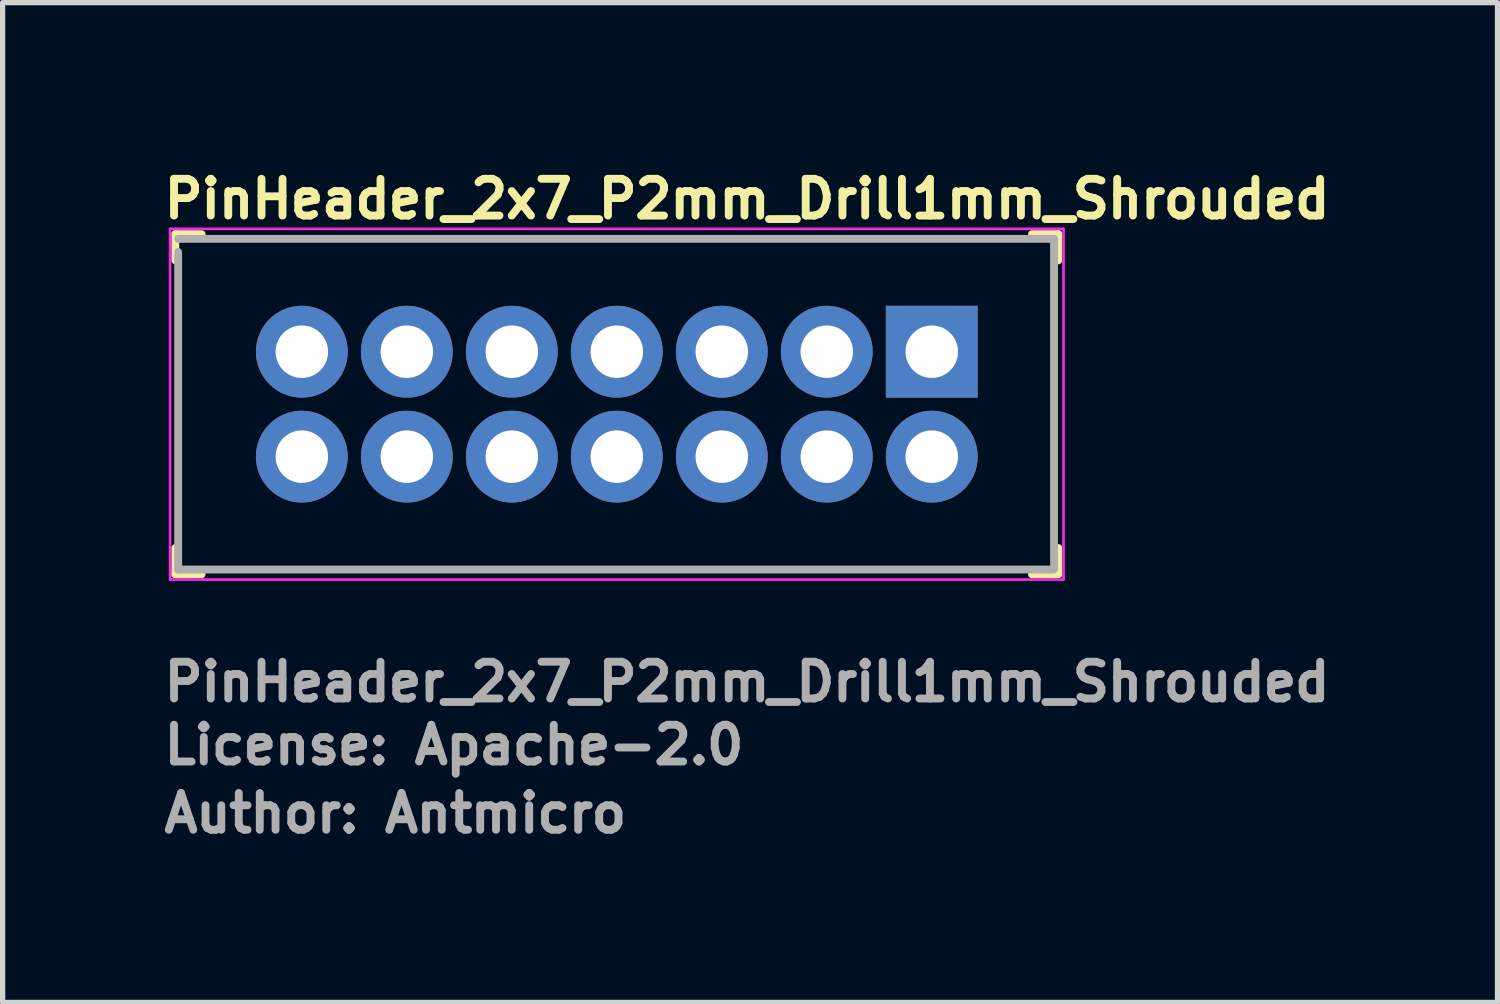
<source format=kicad_pcb>
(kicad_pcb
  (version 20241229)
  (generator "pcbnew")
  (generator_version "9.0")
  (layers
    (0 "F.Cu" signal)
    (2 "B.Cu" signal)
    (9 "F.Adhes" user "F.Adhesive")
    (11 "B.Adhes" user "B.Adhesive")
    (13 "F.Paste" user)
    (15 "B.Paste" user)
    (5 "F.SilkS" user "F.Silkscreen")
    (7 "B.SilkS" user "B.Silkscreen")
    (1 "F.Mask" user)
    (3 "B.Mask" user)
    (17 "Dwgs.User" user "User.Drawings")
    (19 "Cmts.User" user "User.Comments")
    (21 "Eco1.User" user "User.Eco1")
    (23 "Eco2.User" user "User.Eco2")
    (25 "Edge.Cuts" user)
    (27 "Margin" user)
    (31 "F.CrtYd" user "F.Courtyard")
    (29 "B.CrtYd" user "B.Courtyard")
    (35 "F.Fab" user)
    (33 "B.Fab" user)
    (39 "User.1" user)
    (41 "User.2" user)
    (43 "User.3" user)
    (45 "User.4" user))
  (footprint "PinHeader_2x7_P2mm_Drill1mm_Shrouded"
    (layer "F.Cu")
    (at 14.7 3.65)
    (property "Reference" "PinHeader_2x7_P2mm_Drill1mm_Shrouded" (at -14.7 -2.5 0) (layer "F.SilkS") (effects (font (size 0.7 0.7) (thickness 0.15)) (justify left bottom)))
    (attr through_hole)
    (fp_line (start -14.41 -2.24) (end -14.41 -1.74) (stroke (width 0.15) (type solid)) (layer "F.SilkS"))
    (fp_line (start -14.41 -2.24) (end -13.91 -2.24) (stroke (width 0.15) (type solid)) (layer "F.SilkS"))
    (fp_line (start -14.41 4.24) (end -14.41 3.74) (stroke (width 0.15) (type solid)) (layer "F.SilkS"))
    (fp_line (start -14.41 4.24) (end -13.91 4.24) (stroke (width 0.15) (type solid)) (layer "F.SilkS"))
    (fp_line (start 2.41 -2.24) (end 1.91 -2.24) (stroke (width 0.15) (type solid)) (layer "F.SilkS"))
    (fp_line (start 2.41 -2.24) (end 2.41 -1.74) (stroke (width 0.15) (type solid)) (layer "F.SilkS"))
    (fp_line (start 2.41 4.24) (end 1.91 4.24) (stroke (width 0.15) (type solid)) (layer "F.SilkS"))
    (fp_line (start 2.41 4.24) (end 2.41 3.74) (stroke (width 0.15) (type solid)) (layer "F.SilkS"))
    (fp_line (start -14.51 -2.34) (end -14.51 4.34) (stroke (width 0.05) (type solid)) (layer "F.CrtYd"))
    (fp_line (start 2.51 -2.34) (end -14.51 -2.34) (stroke (width 0.05) (type solid)) (layer "F.CrtYd"))
    (fp_line (start 2.51 -2.34) (end 2.51 4.34) (stroke (width 0.05) (type solid)) (layer "F.CrtYd"))
    (fp_line (start 2.51 4.34) (end -14.51 4.34) (stroke (width 0.05) (type solid)) (layer "F.CrtYd"))
    (fp_line (start -14.356 -2.15) (end 2.293 -2.15) (stroke (width 0.15) (type solid)) (layer "F.Fab"))
    (fp_line (start -14.356 -1.898) (end -14.356 4.15) (stroke (width 0.15) (type solid)) (layer "F.Fab"))
    (fp_line (start -14.356 4.15) (end 2.32 4.15) (stroke (width 0.15) (type solid)) (layer "F.Fab"))
    (fp_line (start 2.33 -2.15) (end 2.33 4.13) (stroke (width 0.15) (type solid)) (layer "F.Fab"))
    (fp_rect (start -14.326 -2.15) (end 2.325 4.15) (stroke (width 0.1) (type solid)) (fill no) (layer "User.5"))
    (fp_line (start -14.326 -2.15) (end -8 -2.15) (stroke (width 0.02) (type solid)) (layer "User.9"))
    (fp_line (start -14.326 0.248) (end -14.326 -2.15) (stroke (width 0.02) (type solid)) (layer "User.9"))
    (fp_line (start -14.326 0.248) (end -14.026 0.248) (stroke (width 0.02) (type solid)) (layer "User.9"))
    (fp_line (start -14.326 0.848) (end -14.326 0.248) (stroke (width 0.02) (type solid)) (layer "User.9"))
    (fp_line (start -14.326 0.848) (end -14.326 2.148) (stroke (width 0.02) (type solid)) (layer "User.9"))
    (fp_line (start -14.326 0.848) (end -13.426 0.848) (stroke (width 0.02) (type solid)) (layer "User.9"))
    (fp_line (start -14.326 2.749) (end -14.326 2.148) (stroke (width 0.02) (type solid)) (layer "User.9"))
    (fp_line (start -14.326 4.15) (end -14.326 2.749) (stroke (width 0.02) (type solid)) (layer "User.9"))
    (fp_line (start -14.326 4.15) (end 2.325 4.15) (stroke (width 0.02) (type solid)) (layer "User.9"))
    (fp_line (start -14.026 -1.851) (end -8 -1.851) (stroke (width 0.02) (type solid)) (layer "User.9"))
    (fp_line (start -14.026 0.248) (end -14.026 -1.851) (stroke (width 0.02) (type solid)) (layer "User.9"))
    (fp_line (start -14.026 2.749) (end -14.326 2.749) (stroke (width 0.02) (type solid)) (layer "User.9"))
    (fp_line (start -14.026 3.85) (end -14.026 2.749) (stroke (width 0.02) (type solid)) (layer "User.9"))
    (fp_line (start -13.426 -1.25) (end -14.026 -1.851) (stroke (width 0.02) (type solid)) (layer "User.9"))
    (fp_line (start -13.426 -1.25) (end -13.026 -1.25) (stroke (width 0.02) (type solid)) (layer "User.9"))
    (fp_line (start -13.426 0.848) (end -14.026 0.248) (stroke (width 0.02) (type solid)) (layer "User.9"))
    (fp_line (start -13.426 0.848) (end -13.426 -1.25) (stroke (width 0.02) (type solid)) (layer "User.9"))
    (fp_line (start -13.426 2.148) (end -14.326 2.148) (stroke (width 0.02) (type solid)) (layer "User.9"))
    (fp_line (start -13.426 2.148) (end -14.026 2.749) (stroke (width 0.02) (type solid)) (layer "User.9"))
    (fp_line (start -13.426 3.249) (end -14.026 3.85) (stroke (width 0.02) (type solid)) (layer "User.9"))
    (fp_line (start -13.426 3.249) (end -13.426 2.148) (stroke (width 0.02) (type solid)) (layer "User.9"))
    (fp_line (start -13.026 -1.5) (end -7.34 -1.5) (stroke (width 0.02) (type solid)) (layer "User.9"))
    (fp_line (start -13.026 -1.25) (end -13.026 -1.5) (stroke (width 0.02) (type solid)) (layer "User.9"))
    (fp_line (start -13.026 3.249) (end -13.426 3.249) (stroke (width 0.02) (type solid)) (layer "User.9"))
    (fp_line (start -13.026 3.249) (end -13.026 3.499) (stroke (width 0.02) (type solid)) (layer "User.9"))
    (fp_line (start -13.026 3.499) (end -12.401 3.499) (stroke (width 0.02) (type solid)) (layer "User.9"))
    (fp_line (start -12.401 3.249) (end -12.401 3.499) (stroke (width 0.02) (type solid)) (layer "User.9"))
    (fp_line (start -12.25 -0.25) (end -11.75 -0.25) (stroke (width 0.02) (type solid)) (layer "User.9"))
    (fp_line (start -12.25 0.248) (end -12.25 -0.25) (stroke (width 0.02) (type solid)) (layer "User.9"))
    (fp_line (start -12.25 0.248) (end -11.75 0.248) (stroke (width 0.02) (type solid)) (layer "User.9"))
    (fp_line (start -12.25 1.749) (end -12.1 1.898) (stroke (width 0.02) (type solid)) (layer "User.9"))
    (fp_line (start -12.25 1.749) (end -11.75 1.749) (stroke (width 0.02) (type solid)) (layer "User.9"))
    (fp_line (start -12.25 2.249) (end -12.25 1.749) (stroke (width 0.02) (type solid)) (layer "User.9"))
    (fp_line (start -12.25 2.249) (end -11.75 2.249) (stroke (width 0.02) (type solid)) (layer "User.9"))
    (fp_line (start -12.1 -0.102) (end -12.25 -0.25) (stroke (width 0.02) (type solid)) (layer "User.9"))
    (fp_line (start -12.1 -0.102) (end -11.901 -0.102) (stroke (width 0.02) (type solid)) (layer "User.9"))
    (fp_line (start -12.1 0.1) (end -12.25 0.248) (stroke (width 0.02) (type solid)) (layer "User.9"))
    (fp_line (start -12.1 0.1) (end -12.1 -0.102) (stroke (width 0.02) (type solid)) (layer "User.9"))
    (fp_line (start -12.1 0.1) (end -11.901 0.1) (stroke (width 0.02) (type solid)) (layer "User.9"))
    (fp_line (start -12.1 1.898) (end -11.901 1.898) (stroke (width 0.02) (type solid)) (layer "User.9"))
    (fp_line (start -12.1 2.1) (end -12.25 2.249) (stroke (width 0.02) (type solid)) (layer "User.9"))
    (fp_line (start -12.1 2.1) (end -12.1 1.898) (stroke (width 0.02) (type solid)) (layer "User.9"))
    (fp_line (start -12.1 2.1) (end -11.901 2.1) (stroke (width 0.02) (type solid)) (layer "User.9"))
    (fp_line (start -11.901 -0.102) (end -11.901 0.1) (stroke (width 0.02) (type solid)) (layer "User.9"))
    (fp_line (start -11.901 -0.102) (end -11.75 -0.25) (stroke (width 0.02) (type solid)) (layer "User.9"))
    (fp_line (start -11.901 0.1) (end -11.75 0.248) (stroke (width 0.02) (type solid)) (layer "User.9"))
    (fp_line (start -11.901 1.898) (end -11.901 2.1) (stroke (width 0.02) (type solid)) (layer "User.9"))
    (fp_line (start -11.901 1.898) (end -11.75 1.749) (stroke (width 0.02) (type solid)) (layer "User.9"))
    (fp_line (start -11.901 2.1) (end -11.75 2.249) (stroke (width 0.02) (type solid)) (layer "User.9"))
    (fp_line (start -11.75 -0.25) (end -11.75 0.248) (stroke (width 0.02) (type solid)) (layer "User.9"))
    (fp_line (start -11.75 1.749) (end -11.75 2.249) (stroke (width 0.02) (type solid)) (layer "User.9"))
    (fp_line (start -11.613 -1.5) (end -11.613 -1.25) (stroke (width 0.02) (type solid)) (layer "User.9"))
    (fp_line (start -11.6 3.249) (end -12.401 3.249) (stroke (width 0.02) (type solid)) (layer "User.9"))
    (fp_line (start -11.6 3.249) (end -11.6 3.499) (stroke (width 0.02) (type solid)) (layer "User.9"))
    (fp_line (start -11.6 3.499) (end -6.401 3.499) (stroke (width 0.02) (type solid)) (layer "User.9"))
    (fp_line (start -10.25 -0.25) (end -9.75 -0.25) (stroke (width 0.02) (type solid)) (layer "User.9"))
    (fp_line (start -10.25 0.248) (end -10.25 -0.25) (stroke (width 0.02) (type solid)) (layer "User.9"))
    (fp_line (start -10.25 0.248) (end -9.75 0.248) (stroke (width 0.02) (type solid)) (layer "User.9"))
    (fp_line (start -10.25 1.749) (end -10.1 1.898) (stroke (width 0.02) (type solid)) (layer "User.9"))
    (fp_line (start -10.25 1.749) (end -9.75 1.749) (stroke (width 0.02) (type solid)) (layer "User.9"))
    (fp_line (start -10.25 2.249) (end -10.25 1.749) (stroke (width 0.02) (type solid)) (layer "User.9"))
    (fp_line (start -10.25 2.249) (end -9.75 2.249) (stroke (width 0.02) (type solid)) (layer "User.9"))
    (fp_line (start -10.1 -0.102) (end -10.25 -0.25) (stroke (width 0.02) (type solid)) (layer "User.9"))
    (fp_line (start -10.1 -0.102) (end -9.901 -0.102) (stroke (width 0.02) (type solid)) (layer "User.9"))
    (fp_line (start -10.1 0.1) (end -10.25 0.248) (stroke (width 0.02) (type solid)) (layer "User.9"))
    (fp_line (start -10.1 0.1) (end -10.1 -0.102) (stroke (width 0.02) (type solid)) (layer "User.9"))
    (fp_line (start -10.1 0.1) (end -9.901 0.1) (stroke (width 0.02) (type solid)) (layer "User.9"))
    (fp_line (start -10.1 1.898) (end -9.901 1.898) (stroke (width 0.02) (type solid)) (layer "User.9"))
    (fp_line (start -10.1 2.1) (end -10.25 2.249) (stroke (width 0.02) (type solid)) (layer "User.9"))
    (fp_line (start -10.1 2.1) (end -10.1 1.898) (stroke (width 0.02) (type solid)) (layer "User.9"))
    (fp_line (start -10.1 2.1) (end -9.901 2.1) (stroke (width 0.02) (type solid)) (layer "User.9"))
    (fp_line (start -9.901 -0.102) (end -9.901 0.1) (stroke (width 0.02) (type solid)) (layer "User.9"))
    (fp_line (start -9.901 -0.102) (end -9.75 -0.25) (stroke (width 0.02) (type solid)) (layer "User.9"))
    (fp_line (start -9.901 0.1) (end -9.75 0.248) (stroke (width 0.02) (type solid)) (layer "User.9"))
    (fp_line (start -9.901 1.898) (end -9.901 2.1) (stroke (width 0.02) (type solid)) (layer "User.9"))
    (fp_line (start -9.901 1.898) (end -9.75 1.749) (stroke (width 0.02) (type solid)) (layer "User.9"))
    (fp_line (start -9.901 2.1) (end -9.75 2.249) (stroke (width 0.02) (type solid)) (layer "User.9"))
    (fp_line (start -9.75 -0.25) (end -9.75 0.248) (stroke (width 0.02) (type solid)) (layer "User.9"))
    (fp_line (start -9.75 1.749) (end -9.75 2.249) (stroke (width 0.02) (type solid)) (layer "User.9"))
    (fp_line (start -8.388 -1.5) (end -8.388 -1.25) (stroke (width 0.02) (type solid)) (layer "User.9"))
    (fp_line (start -8.388 -1.25) (end -11.613 -1.25) (stroke (width 0.02) (type solid)) (layer "User.9"))
    (fp_line (start -8.25 -0.25) (end -7.75 -0.25) (stroke (width 0.02) (type solid)) (layer "User.9"))
    (fp_line (start -8.25 0.248) (end -8.25 -0.25) (stroke (width 0.02) (type solid)) (layer "User.9"))
    (fp_line (start -8.25 0.248) (end -7.75 0.248) (stroke (width 0.02) (type solid)) (layer "User.9"))
    (fp_line (start -8.25 1.749) (end -8.1 1.898) (stroke (width 0.02) (type solid)) (layer "User.9"))
    (fp_line (start -8.25 1.749) (end -7.75 1.749) (stroke (width 0.02) (type solid)) (layer "User.9"))
    (fp_line (start -8.25 2.249) (end -8.25 1.749) (stroke (width 0.02) (type solid)) (layer "User.9"))
    (fp_line (start -8.25 2.249) (end -7.75 2.249) (stroke (width 0.02) (type solid)) (layer "User.9"))
    (fp_line (start -8.1 -0.102) (end -8.25 -0.25) (stroke (width 0.02) (type solid)) (layer "User.9"))
    (fp_line (start -8.1 -0.102) (end -7.901 -0.102) (stroke (width 0.02) (type solid)) (layer "User.9"))
    (fp_line (start -8.1 0.1) (end -8.25 0.248) (stroke (width 0.02) (type solid)) (layer "User.9"))
    (fp_line (start -8.1 0.1) (end -8.1 -0.102) (stroke (width 0.02) (type solid)) (layer "User.9"))
    (fp_line (start -8.1 0.1) (end -7.901 0.1) (stroke (width 0.02) (type solid)) (layer "User.9"))
    (fp_line (start -8.1 1.898) (end -7.901 1.898) (stroke (width 0.02) (type solid)) (layer "User.9"))
    (fp_line (start -8.1 2.1) (end -8.25 2.249) (stroke (width 0.02) (type solid)) (layer "User.9"))
    (fp_line (start -8.1 2.1) (end -8.1 1.898) (stroke (width 0.02) (type solid)) (layer "User.9"))
    (fp_line (start -8.1 2.1) (end -7.901 2.1) (stroke (width 0.02) (type solid)) (layer "User.9"))
    (fp_line (start -8 -2.15) (end -7.436 -2.15) (stroke (width 0.02) (type solid)) (layer "User.9"))
    (fp_line (start -8 -1.851) (end -7.952 -1.849) (stroke (width 0.02) (type solid)) (layer "User.9"))
    (fp_line (start -7.952 -1.849) (end -7.904 -1.845) (stroke (width 0.02) (type solid)) (layer "User.9"))
    (fp_line (start -7.904 -1.845) (end -7.856 -1.837) (stroke (width 0.02) (type solid)) (layer "User.9"))
    (fp_line (start -7.901 -0.102) (end -7.901 0.1) (stroke (width 0.02) (type solid)) (layer "User.9"))
    (fp_line (start -7.901 -0.102) (end -7.75 -0.25) (stroke (width 0.02) (type solid)) (layer "User.9"))
    (fp_line (start -7.901 0.1) (end -7.75 0.248) (stroke (width 0.02) (type solid)) (layer "User.9"))
    (fp_line (start -7.901 1.898) (end -7.901 2.1) (stroke (width 0.02) (type solid)) (layer "User.9"))
    (fp_line (start -7.901 1.898) (end -7.75 1.749) (stroke (width 0.02) (type solid)) (layer "User.9"))
    (fp_line (start -7.901 2.1) (end -7.75 2.249) (stroke (width 0.02) (type solid)) (layer "User.9"))
    (fp_line (start -7.856 -1.837) (end -7.808 -1.827) (stroke (width 0.02) (type solid)) (layer "User.9"))
    (fp_line (start -7.808 -1.827) (end -7.761 -1.813) (stroke (width 0.02) (type solid)) (layer "User.9"))
    (fp_line (start -7.761 -1.813) (end -7.715 -1.797) (stroke (width 0.02) (type solid)) (layer "User.9"))
    (fp_line (start -7.75 -0.25) (end -7.75 0.248) (stroke (width 0.02) (type solid)) (layer "User.9"))
    (fp_line (start -7.75 1.749) (end -7.75 2.249) (stroke (width 0.02) (type solid)) (layer "User.9"))
    (fp_line (start -7.715 -1.797) (end -7.67 -1.778) (stroke (width 0.02) (type solid)) (layer "User.9"))
    (fp_line (start -7.67 -1.778) (end -7.627 -1.758) (stroke (width 0.02) (type solid)) (layer "User.9"))
    (fp_line (start -7.627 -1.758) (end -7.585 -1.734) (stroke (width 0.02) (type solid)) (layer "User.9"))
    (fp_line (start -7.585 -1.734) (end -7.545 -1.708) (stroke (width 0.02) (type solid)) (layer "User.9"))
    (fp_line (start -7.545 -1.708) (end -7.505 -1.678) (stroke (width 0.02) (type solid)) (layer "User.9"))
    (fp_line (start -7.505 -1.678) (end -7.468 -1.647) (stroke (width 0.02) (type solid)) (layer "User.9"))
    (fp_line (start -7.468 -1.647) (end -7.433 -1.613) (stroke (width 0.02) (type solid)) (layer "User.9"))
    (fp_line (start -7.436 -2.15) (end -7.436 -2.15) (stroke (width 0.02) (type solid)) (layer "User.9"))
    (fp_line (start -7.436 -2.15) (end -7.375 -2.15) (stroke (width 0.02) (type solid)) (layer "User.9"))
    (fp_line (start -7.433 -1.613) (end -7.399 -1.579) (stroke (width 0.02) (type solid)) (layer "User.9"))
    (fp_line (start -7.399 -1.579) (end -7.369 -1.541) (stroke (width 0.02) (type solid)) (layer "User.9"))
    (fp_line (start -7.375 -2.15) (end -7.375 -2.15) (stroke (width 0.02) (type solid)) (layer "User.9"))
    (fp_line (start -7.375 -2.15) (end -7.324 -2.15) (stroke (width 0.02) (type solid)) (layer "User.9"))
    (fp_line (start -7.369 -1.541) (end -7.34 -1.5) (stroke (width 0.02) (type solid)) (layer "User.9"))
    (fp_line (start -7.34 -1.5) (end -7.202 -1.5) (stroke (width 0.02) (type solid)) (layer "User.9"))
    (fp_line (start -7.324 -2.15) (end -7.324 -2.15) (stroke (width 0.02) (type solid)) (layer "User.9"))
    (fp_line (start -7.324 -2.15) (end -7.281 -2.15) (stroke (width 0.02) (type solid)) (layer "User.9"))
    (fp_line (start -7.281 -2.15) (end -7.281 -2.15) (stroke (width 0.02) (type solid)) (layer "User.9"))
    (fp_line (start -7.281 -2.15) (end -7.245 -2.15) (stroke (width 0.02) (type solid)) (layer "User.9"))
    (fp_line (start -7.245 -2.15) (end -7.245 -2.15) (stroke (width 0.02) (type solid)) (layer "User.9"))
    (fp_line (start -7.245 -2.15) (end -7.221 -2.15) (stroke (width 0.02) (type solid)) (layer "User.9"))
    (fp_line (start -7.221 -2.15) (end -7.221 -2.15) (stroke (width 0.02) (type solid)) (layer "User.9"))
    (fp_line (start -7.221 -2.15) (end -7.207 -2.15) (stroke (width 0.02) (type solid)) (layer "User.9"))
    (fp_line (start -7.207 -2.15) (end -7.207 -2.15) (stroke (width 0.02) (type solid)) (layer "User.9"))
    (fp_line (start -7.207 -2.15) (end -7.202 -2.15) (stroke (width 0.02) (type solid)) (layer "User.9"))
    (fp_line (start -7.202 -2.15) (end -7.202 -1.5) (stroke (width 0.02) (type solid)) (layer "User.9"))
    (fp_line (start -6.401 3.249) (end -6.401 3.499) (stroke (width 0.02) (type solid)) (layer "User.9"))
    (fp_line (start -6.25 -0.25) (end -5.75 -0.25) (stroke (width 0.02) (type solid)) (layer "User.9"))
    (fp_line (start -6.25 0.248) (end -6.25 -0.25) (stroke (width 0.02) (type solid)) (layer "User.9"))
    (fp_line (start -6.25 0.248) (end -5.75 0.248) (stroke (width 0.02) (type solid)) (layer "User.9"))
    (fp_line (start -6.25 1.749) (end -6.101 1.898) (stroke (width 0.02) (type solid)) (layer "User.9"))
    (fp_line (start -6.25 1.749) (end -5.75 1.749) (stroke (width 0.02) (type solid)) (layer "User.9"))
    (fp_line (start -6.25 2.249) (end -6.25 1.749) (stroke (width 0.02) (type solid)) (layer "User.9"))
    (fp_line (start -6.25 2.249) (end -5.75 2.249) (stroke (width 0.02) (type solid)) (layer "User.9"))
    (fp_line (start -6.101 -0.102) (end -6.25 -0.25) (stroke (width 0.02) (type solid)) (layer "User.9"))
    (fp_line (start -6.101 -0.102) (end -5.901 -0.102) (stroke (width 0.02) (type solid)) (layer "User.9"))
    (fp_line (start -6.101 0.1) (end -6.25 0.248) (stroke (width 0.02) (type solid)) (layer "User.9"))
    (fp_line (start -6.101 0.1) (end -6.101 -0.102) (stroke (width 0.02) (type solid)) (layer "User.9"))
    (fp_line (start -6.101 0.1) (end -5.901 0.1) (stroke (width 0.02) (type solid)) (layer "User.9"))
    (fp_line (start -6.101 1.898) (end -5.901 1.898) (stroke (width 0.02) (type solid)) (layer "User.9"))
    (fp_line (start -6.101 2.1) (end -6.25 2.249) (stroke (width 0.02) (type solid)) (layer "User.9"))
    (fp_line (start -6.101 2.1) (end -6.101 1.898) (stroke (width 0.02) (type solid)) (layer "User.9"))
    (fp_line (start -6.101 2.1) (end -5.901 2.1) (stroke (width 0.02) (type solid)) (layer "User.9"))
    (fp_line (start -5.901 -0.102) (end -5.901 0.1) (stroke (width 0.02) (type solid)) (layer "User.9"))
    (fp_line (start -5.901 -0.102) (end -5.75 -0.25) (stroke (width 0.02) (type solid)) (layer "User.9"))
    (fp_line (start -5.901 0.1) (end -5.75 0.248) (stroke (width 0.02) (type solid)) (layer "User.9"))
    (fp_line (start -5.901 1.898) (end -5.901 2.1) (stroke (width 0.02) (type solid)) (layer "User.9"))
    (fp_line (start -5.901 1.898) (end -5.75 1.749) (stroke (width 0.02) (type solid)) (layer "User.9"))
    (fp_line (start -5.901 2.1) (end -5.75 2.249) (stroke (width 0.02) (type solid)) (layer "User.9"))
    (fp_line (start -5.75 -0.25) (end -5.75 0.248) (stroke (width 0.02) (type solid)) (layer "User.9"))
    (fp_line (start -5.75 1.749) (end -5.75 2.249) (stroke (width 0.02) (type solid)) (layer "User.9"))
    (fp_line (start -5.601 3.249) (end -6.401 3.249) (stroke (width 0.02) (type solid)) (layer "User.9"))
    (fp_line (start -5.601 3.499) (end -5.601 3.249) (stroke (width 0.02) (type solid)) (layer "User.9"))
    (fp_line (start -5.601 3.499) (end -0.402 3.499) (stroke (width 0.02) (type solid)) (layer "User.9"))
    (fp_line (start -4.8 -2.15) (end -7.202 -2.15) (stroke (width 0.02) (type solid)) (layer "User.9"))
    (fp_line (start -4.8 -2.15) (end -4.8 -1.5) (stroke (width 0.02) (type solid)) (layer "User.9"))
    (fp_line (start -4.8 -2.15) (end -4.795 -2.15) (stroke (width 0.02) (type solid)) (layer "User.9"))
    (fp_line (start -4.8 -1.5) (end -4.662 -1.5) (stroke (width 0.02) (type solid)) (layer "User.9"))
    (fp_line (start -4.795 -2.15) (end -4.795 -2.15) (stroke (width 0.02) (type solid)) (layer "User.9"))
    (fp_line (start -4.795 -2.15) (end -4.781 -2.15) (stroke (width 0.02) (type solid)) (layer "User.9"))
    (fp_line (start -4.781 -2.15) (end -4.781 -2.15) (stroke (width 0.02) (type solid)) (layer "User.9"))
    (fp_line (start -4.781 -2.15) (end -4.757 -2.15) (stroke (width 0.02) (type solid)) (layer "User.9"))
    (fp_line (start -4.757 -2.15) (end -4.757 -2.15) (stroke (width 0.02) (type solid)) (layer "User.9"))
    (fp_line (start -4.757 -2.15) (end -4.721 -2.15) (stroke (width 0.02) (type solid)) (layer "User.9"))
    (fp_line (start -4.721 -2.15) (end -4.721 -2.15) (stroke (width 0.02) (type solid)) (layer "User.9"))
    (fp_line (start -4.721 -2.15) (end -4.678 -2.15) (stroke (width 0.02) (type solid)) (layer "User.9"))
    (fp_line (start -4.678 -2.15) (end -4.678 -2.15) (stroke (width 0.02) (type solid)) (layer "User.9"))
    (fp_line (start -4.678 -2.15) (end -4.566 -2.15) (stroke (width 0.02) (type solid)) (layer "User.9"))
    (fp_line (start -4.662 -1.5) (end -4.633 -1.541) (stroke (width 0.02) (type solid)) (layer "User.9"))
    (fp_line (start -4.662 -1.5) (end 1.024 -1.5) (stroke (width 0.02) (type solid)) (layer "User.9"))
    (fp_line (start -4.633 -1.541) (end -4.603 -1.579) (stroke (width 0.02) (type solid)) (layer "User.9"))
    (fp_line (start -4.603 -1.579) (end -4.569 -1.613) (stroke (width 0.02) (type solid)) (layer "User.9"))
    (fp_line (start -4.569 -1.613) (end -4.534 -1.647) (stroke (width 0.02) (type solid)) (layer "User.9"))
    (fp_line (start -4.566 -2.15) (end -4.566 -2.15) (stroke (width 0.02) (type solid)) (layer "User.9"))
    (fp_line (start -4.566 -2.15) (end -4 -2.15) (stroke (width 0.02) (type solid)) (layer "User.9"))
    (fp_line (start -4.534 -1.647) (end -4.497 -1.678) (stroke (width 0.02) (type solid)) (layer "User.9"))
    (fp_line (start -4.497 -1.678) (end -4.457 -1.708) (stroke (width 0.02) (type solid)) (layer "User.9"))
    (fp_line (start -4.457 -1.708) (end -4.417 -1.734) (stroke (width 0.02) (type solid)) (layer "User.9"))
    (fp_line (start -4.417 -1.734) (end -4.374 -1.758) (stroke (width 0.02) (type solid)) (layer "User.9"))
    (fp_line (start -4.374 -1.758) (end -4.332 -1.778) (stroke (width 0.02) (type solid)) (layer "User.9"))
    (fp_line (start -4.332 -1.778) (end -4.287 -1.797) (stroke (width 0.02) (type solid)) (layer "User.9"))
    (fp_line (start -4.287 -1.797) (end -4.241 -1.813) (stroke (width 0.02) (type solid)) (layer "User.9"))
    (fp_line (start -4.25 -0.25) (end -3.75 -0.25) (stroke (width 0.02) (type solid)) (layer "User.9"))
    (fp_line (start -4.25 0.248) (end -4.25 -0.25) (stroke (width 0.02) (type solid)) (layer "User.9"))
    (fp_line (start -4.25 0.248) (end -3.75 0.248) (stroke (width 0.02) (type solid)) (layer "User.9"))
    (fp_line (start -4.25 1.749) (end -4.1 1.898) (stroke (width 0.02) (type solid)) (layer "User.9"))
    (fp_line (start -4.25 1.749) (end -3.75 1.749) (stroke (width 0.02) (type solid)) (layer "User.9"))
    (fp_line (start -4.25 2.249) (end -4.25 1.749) (stroke (width 0.02) (type solid)) (layer "User.9"))
    (fp_line (start -4.25 2.249) (end -3.75 2.249) (stroke (width 0.02) (type solid)) (layer "User.9"))
    (fp_line (start -4.241 -1.813) (end -4.194 -1.827) (stroke (width 0.02) (type solid)) (layer "User.9"))
    (fp_line (start -4.194 -1.827) (end -4.146 -1.837) (stroke (width 0.02) (type solid)) (layer "User.9"))
    (fp_line (start -4.146 -1.837) (end -4.098 -1.845) (stroke (width 0.02) (type solid)) (layer "User.9"))
    (fp_line (start -4.1 -0.102) (end -4.25 -0.25) (stroke (width 0.02) (type solid)) (layer "User.9"))
    (fp_line (start -4.1 -0.102) (end -3.9 -0.102) (stroke (width 0.02) (type solid)) (layer "User.9"))
    (fp_line (start -4.1 0.1) (end -4.25 0.248) (stroke (width 0.02) (type solid)) (layer "User.9"))
    (fp_line (start -4.1 0.1) (end -4.1 -0.102) (stroke (width 0.02) (type solid)) (layer "User.9"))
    (fp_line (start -4.1 0.1) (end -3.9 0.1) (stroke (width 0.02) (type solid)) (layer "User.9"))
    (fp_line (start -4.1 1.898) (end -3.9 1.898) (stroke (width 0.02) (type solid)) (layer "User.9"))
    (fp_line (start -4.1 2.1) (end -4.25 2.249) (stroke (width 0.02) (type solid)) (layer "User.9"))
    (fp_line (start -4.1 2.1) (end -4.1 1.898) (stroke (width 0.02) (type solid)) (layer "User.9"))
    (fp_line (start -4.1 2.1) (end -3.9 2.1) (stroke (width 0.02) (type solid)) (layer "User.9"))
    (fp_line (start -4.098 -1.845) (end -4.05 -1.849) (stroke (width 0.02) (type solid)) (layer "User.9"))
    (fp_line (start -4.05 -1.849) (end -4 -1.851) (stroke (width 0.02) (type solid)) (layer "User.9"))
    (fp_line (start -4 -2.15) (end -0.677 -2.15) (stroke (width 0.02) (type solid)) (layer "User.9"))
    (fp_line (start -4 -1.851) (end 2.023 -1.851) (stroke (width 0.02) (type solid)) (layer "User.9"))
    (fp_line (start -3.9 -0.102) (end -3.9 0.1) (stroke (width 0.02) (type solid)) (layer "User.9"))
    (fp_line (start -3.9 -0.102) (end -3.75 -0.25) (stroke (width 0.02) (type solid)) (layer "User.9"))
    (fp_line (start -3.9 0.1) (end -3.75 0.248) (stroke (width 0.02) (type solid)) (layer "User.9"))
    (fp_line (start -3.9 1.898) (end -3.9 2.1) (stroke (width 0.02) (type solid)) (layer "User.9"))
    (fp_line (start -3.9 1.898) (end -3.75 1.749) (stroke (width 0.02) (type solid)) (layer "User.9"))
    (fp_line (start -3.9 2.1) (end -3.75 2.249) (stroke (width 0.02) (type solid)) (layer "User.9"))
    (fp_line (start -3.75 -0.25) (end -3.75 0.248) (stroke (width 0.02) (type solid)) (layer "User.9"))
    (fp_line (start -3.75 1.749) (end -3.75 2.249) (stroke (width 0.02) (type solid)) (layer "User.9"))
    (fp_line (start -3.613 -1.5) (end -3.613 -1.25) (stroke (width 0.02) (type solid)) (layer "User.9"))
    (fp_line (start -2.25 -0.25) (end -1.75 -0.25) (stroke (width 0.02) (type solid)) (layer "User.9"))
    (fp_line (start -2.25 0.248) (end -2.25 -0.25) (stroke (width 0.02) (type solid)) (layer "User.9"))
    (fp_line (start -2.25 0.248) (end -1.75 0.248) (stroke (width 0.02) (type solid)) (layer "User.9"))
    (fp_line (start -2.25 1.749) (end -2.101 1.898) (stroke (width 0.02) (type solid)) (layer "User.9"))
    (fp_line (start -2.25 1.749) (end -1.75 1.749) (stroke (width 0.02) (type solid)) (layer "User.9"))
    (fp_line (start -2.25 2.249) (end -2.25 1.749) (stroke (width 0.02) (type solid)) (layer "User.9"))
    (fp_line (start -2.25 2.249) (end -1.75 2.249) (stroke (width 0.02) (type solid)) (layer "User.9"))
    (fp_line (start -2.101 -0.102) (end -2.25 -0.25) (stroke (width 0.02) (type solid)) (layer "User.9"))
    (fp_line (start -2.101 -0.102) (end -1.901 -0.102) (stroke (width 0.02) (type solid)) (layer "User.9"))
    (fp_line (start -2.101 0.1) (end -2.25 0.248) (stroke (width 0.02) (type solid)) (layer "User.9"))
    (fp_line (start -2.101 0.1) (end -2.101 -0.102) (stroke (width 0.02) (type solid)) (layer "User.9"))
    (fp_line (start -2.101 0.1) (end -1.901 0.1) (stroke (width 0.02) (type solid)) (layer "User.9"))
    (fp_line (start -2.101 1.898) (end -1.901 1.898) (stroke (width 0.02) (type solid)) (layer "User.9"))
    (fp_line (start -2.101 2.1) (end -2.25 2.249) (stroke (width 0.02) (type solid)) (layer "User.9"))
    (fp_line (start -2.101 2.1) (end -2.101 1.898) (stroke (width 0.02) (type solid)) (layer "User.9"))
    (fp_line (start -2.101 2.1) (end -1.901 2.1) (stroke (width 0.02) (type solid)) (layer "User.9"))
    (fp_line (start -1.901 -0.102) (end -1.901 0.1) (stroke (width 0.02) (type solid)) (layer "User.9"))
    (fp_line (start -1.901 -0.102) (end -1.75 -0.25) (stroke (width 0.02) (type solid)) (layer "User.9"))
    (fp_line (start -1.901 0.1) (end -1.75 0.248) (stroke (width 0.02) (type solid)) (layer "User.9"))
    (fp_line (start -1.901 1.898) (end -1.901 2.1) (stroke (width 0.02) (type solid)) (layer "User.9"))
    (fp_line (start -1.901 1.898) (end -1.75 1.749) (stroke (width 0.02) (type solid)) (layer "User.9"))
    (fp_line (start -1.901 2.1) (end -1.75 2.249) (stroke (width 0.02) (type solid)) (layer "User.9"))
    (fp_line (start -1.75 -0.25) (end -1.75 0.248) (stroke (width 0.02) (type solid)) (layer "User.9"))
    (fp_line (start -1.75 1.749) (end -1.75 2.249) (stroke (width 0.02) (type solid)) (layer "User.9"))
    (fp_line (start -0.677 -2.15) (end -0.677 -2.13) (stroke (width 0.02) (type solid)) (layer "User.9"))
    (fp_line (start -0.402 3.249) (end -0.402 3.499) (stroke (width 0.02) (type solid)) (layer "User.9"))
    (fp_line (start -0.389 -1.5) (end -0.389 -1.25) (stroke (width 0.02) (type solid)) (layer "User.9"))
    (fp_line (start -0.389 -1.25) (end -3.613 -1.25) (stroke (width 0.02) (type solid)) (layer "User.9"))
    (fp_line (start -0.25 -0.25) (end 0.248 -0.25) (stroke (width 0.02) (type solid)) (layer "User.9"))
    (fp_line (start -0.25 0.248) (end -0.25 -0.25) (stroke (width 0.02) (type solid)) (layer "User.9"))
    (fp_line (start -0.25 0.248) (end 0.248 0.248) (stroke (width 0.02) (type solid)) (layer "User.9"))
    (fp_line (start -0.25 1.749) (end -0.102 1.898) (stroke (width 0.02) (type solid)) (layer "User.9"))
    (fp_line (start -0.25 1.749) (end 0.248 1.749) (stroke (width 0.02) (type solid)) (layer "User.9"))
    (fp_line (start -0.25 2.249) (end -0.25 1.749) (stroke (width 0.02) (type solid)) (layer "User.9"))
    (fp_line (start -0.25 2.249) (end 0.248 2.249) (stroke (width 0.02) (type solid)) (layer "User.9"))
    (fp_line (start -0.176 -2.15) (end -0.677 -2.15) (stroke (width 0.02) (type solid)) (layer "User.9"))
    (fp_line (start -0.176 -2.15) (end -0.176 -2.13) (stroke (width 0.02) (type solid)) (layer "User.9"))
    (fp_line (start -0.102 -0.102) (end -0.25 -0.25) (stroke (width 0.02) (type solid)) (layer "User.9"))
    (fp_line (start -0.102 -0.102) (end 0.1 -0.102) (stroke (width 0.02) (type solid)) (layer "User.9"))
    (fp_line (start -0.102 0.1) (end -0.25 0.248) (stroke (width 0.02) (type solid)) (layer "User.9"))
    (fp_line (start -0.102 0.1) (end -0.102 -0.102) (stroke (width 0.02) (type solid)) (layer "User.9"))
    (fp_line (start -0.102 0.1) (end 0.1 0.1) (stroke (width 0.02) (type solid)) (layer "User.9"))
    (fp_line (start -0.102 1.898) (end 0.1 1.898) (stroke (width 0.02) (type solid)) (layer "User.9"))
    (fp_line (start -0.102 2.1) (end -0.25 2.249) (stroke (width 0.02) (type solid)) (layer "User.9"))
    (fp_line (start -0.102 2.1) (end -0.102 1.898) (stroke (width 0.02) (type solid)) (layer "User.9"))
    (fp_line (start -0.102 2.1) (end 0.1 2.1) (stroke (width 0.02) (type solid)) (layer "User.9"))
    (fp_line (start 0.1 -0.102) (end 0.1 0.1) (stroke (width 0.02) (type solid)) (layer "User.9"))
    (fp_line (start 0.1 -0.102) (end 0.248 -0.25) (stroke (width 0.02) (type solid)) (layer "User.9"))
    (fp_line (start 0.1 0.1) (end 0.248 0.248) (stroke (width 0.02) (type solid)) (layer "User.9"))
    (fp_line (start 0.1 1.898) (end 0.1 2.1) (stroke (width 0.02) (type solid)) (layer "User.9"))
    (fp_line (start 0.1 1.898) (end 0.248 1.749) (stroke (width 0.02) (type solid)) (layer "User.9"))
    (fp_line (start 0.1 2.1) (end 0.248 2.249) (stroke (width 0.02) (type solid)) (layer "User.9"))
    (fp_line (start 0.248 -0.25) (end 0.248 0.248) (stroke (width 0.02) (type solid)) (layer "User.9"))
    (fp_line (start 0.248 1.749) (end 0.248 2.249) (stroke (width 0.02) (type solid)) (layer "User.9"))
    (fp_line (start 0.325 -2.15) (end -0.176 -2.15) (stroke (width 0.02) (type solid)) (layer "User.9"))
    (fp_line (start 0.325 -2.15) (end 0.325 -2.13) (stroke (width 0.02) (type solid)) (layer "User.9"))
    (fp_line (start 0.325 -2.15) (end 2.325 -2.15) (stroke (width 0.02) (type solid)) (layer "User.9"))
    (fp_line (start 0.325 -2.13) (end -0.677 -2.13) (stroke (width 0.02) (type solid)) (layer "User.9"))
    (fp_line (start 0.4 3.249) (end -0.402 3.249) (stroke (width 0.02) (type solid)) (layer "User.9"))
    (fp_line (start 0.4 3.249) (end 0.4 3.499) (stroke (width 0.02) (type solid)) (layer "User.9"))
    (fp_line (start 0.4 3.499) (end 1.024 3.499) (stroke (width 0.02) (type solid)) (layer "User.9"))
    (fp_line (start 1.024 -1.25) (end 1.024 -1.5) (stroke (width 0.02) (type solid)) (layer "User.9"))
    (fp_line (start 1.024 -1.25) (end 1.425 -1.25) (stroke (width 0.02) (type solid)) (layer "User.9"))
    (fp_line (start 1.024 3.249) (end 1.024 3.499) (stroke (width 0.02) (type solid)) (layer "User.9"))
    (fp_line (start 1.425 -1.25) (end 1.425 -0.15) (stroke (width 0.02) (type solid)) (layer "User.9"))
    (fp_line (start 1.425 -1.25) (end 2.023 -1.851) (stroke (width 0.02) (type solid)) (layer "User.9"))
    (fp_line (start 1.425 -0.15) (end 2.023 -0.75) (stroke (width 0.02) (type solid)) (layer "User.9"))
    (fp_line (start 1.425 -0.15) (end 2.325 -0.15) (stroke (width 0.02) (type solid)) (layer "User.9"))
    (fp_line (start 1.425 1.148) (end 1.425 3.249) (stroke (width 0.02) (type solid)) (layer "User.9"))
    (fp_line (start 1.425 1.148) (end 2.023 1.749) (stroke (width 0.02) (type solid)) (layer "User.9"))
    (fp_line (start 1.425 3.249) (end 1.024 3.249) (stroke (width 0.02) (type solid)) (layer "User.9"))
    (fp_line (start 1.425 3.249) (end 2.023 3.85) (stroke (width 0.02) (type solid)) (layer "User.9"))
    (fp_line (start 2.023 -1.851) (end 2.023 -0.75) (stroke (width 0.02) (type solid)) (layer "User.9"))
    (fp_line (start 2.023 -0.75) (end 2.325 -0.75) (stroke (width 0.02) (type solid)) (layer "User.9"))
    (fp_line (start 2.023 1.749) (end 2.023 3.85) (stroke (width 0.02) (type solid)) (layer "User.9"))
    (fp_line (start 2.023 3.85) (end -14.026 3.85) (stroke (width 0.02) (type solid)) (layer "User.9"))
    (fp_line (start 2.325 -0.75) (end 2.325 -2.15) (stroke (width 0.02) (type solid)) (layer "User.9"))
    (fp_line (start 2.325 -0.75) (end 2.325 -0.15) (stroke (width 0.02) (type solid)) (layer "User.9"))
    (fp_line (start 2.325 -0.15) (end 2.325 1.148) (stroke (width 0.02) (type solid)) (layer "User.9"))
    (fp_line (start 2.325 1.148) (end 1.425 1.148) (stroke (width 0.02) (type solid)) (layer "User.9"))
    (fp_line (start 2.325 1.148) (end 2.325 1.749) (stroke (width 0.02) (type solid)) (layer "User.9"))
    (fp_line (start 2.325 1.749) (end 2.023 1.749) (stroke (width 0.02) (type solid)) (layer "User.9"))
    (fp_line (start 2.325 4.15) (end 2.325 1.749) (stroke (width 0.02) (type solid)) (layer "User.9"))
    (fp_text user "License: Apache-2.0" (at -14.7 7.9 0) (layer "F.Fab") (effects (font (size 0.7 0.7) (thickness 0.15)) (justify left bottom)))
    (fp_text user "${REFERENCE}" (at -14.7 6.7 0) (layer "F.Fab") (effects (font (size 0.7 0.7) (thickness 0.15)) (justify left bottom)))
    (fp_text user "Author: Antmicro" (at -14.7 9.2 0) (layer "F.Fab") (effects (font (size 0.7 0.7) (thickness 0.15)) (justify left bottom)))
    (pad "1" thru_hole rect (at 0 0) (size 1.75 1.75) (drill 1) (layers "*.Cu" "*.Mask"))
    (pad "2" thru_hole circle (at 0 1.999) (size 1.75 1.75) (drill 1) (layers "*.Cu" "*.Mask"))
    (pad "3" thru_hole circle (at -2 0) (size 1.75 1.75) (drill 1) (layers "*.Cu" "*.Mask"))
    (pad "4" thru_hole circle (at -2 1.999) (size 1.75 1.75) (drill 1) (layers "*.Cu" "*.Mask"))
    (pad "5" thru_hole circle (at -4 0) (size 1.75 1.75) (drill 1) (layers "*.Cu" "*.Mask"))
    (pad "6" thru_hole circle (at -4 1.999) (size 1.75 1.75) (drill 1) (layers "*.Cu" "*.Mask"))
    (pad "7" thru_hole circle (at -6 0) (size 1.75 1.75) (drill 1) (layers "*.Cu" "*.Mask"))
    (pad "8" thru_hole circle (at -6 1.999) (size 1.75 1.75) (drill 1) (layers "*.Cu" "*.Mask"))
    (pad "9" thru_hole circle (at -8 0) (size 1.75 1.75) (drill 1) (layers "*.Cu" "*.Mask"))
    (pad "10" thru_hole circle (at -8 1.999) (size 1.75 1.75) (drill 1) (layers "*.Cu" "*.Mask"))
    (pad "11" thru_hole circle (at -10 0) (size 1.75 1.75) (drill 1) (layers "*.Cu" "*.Mask"))
    (pad "12" thru_hole circle (at -10 1.999) (size 1.75 1.75) (drill 1) (layers "*.Cu" "*.Mask"))
    (pad "13" thru_hole circle (at -12 0) (size 1.75 1.75) (drill 1) (layers "*.Cu" "*.Mask"))
    (pad "14" thru_hole circle (at -12 1.999) (size 1.75 1.75) (drill 1) (layers "*.Cu" "*.Mask")))
  (gr_rect
    (start -3 -3)
    (end 25.477 16.046)
    (stroke (width 0.1) (type default))
    (fill no)
    (layer "Edge.Cuts")))
</source>
